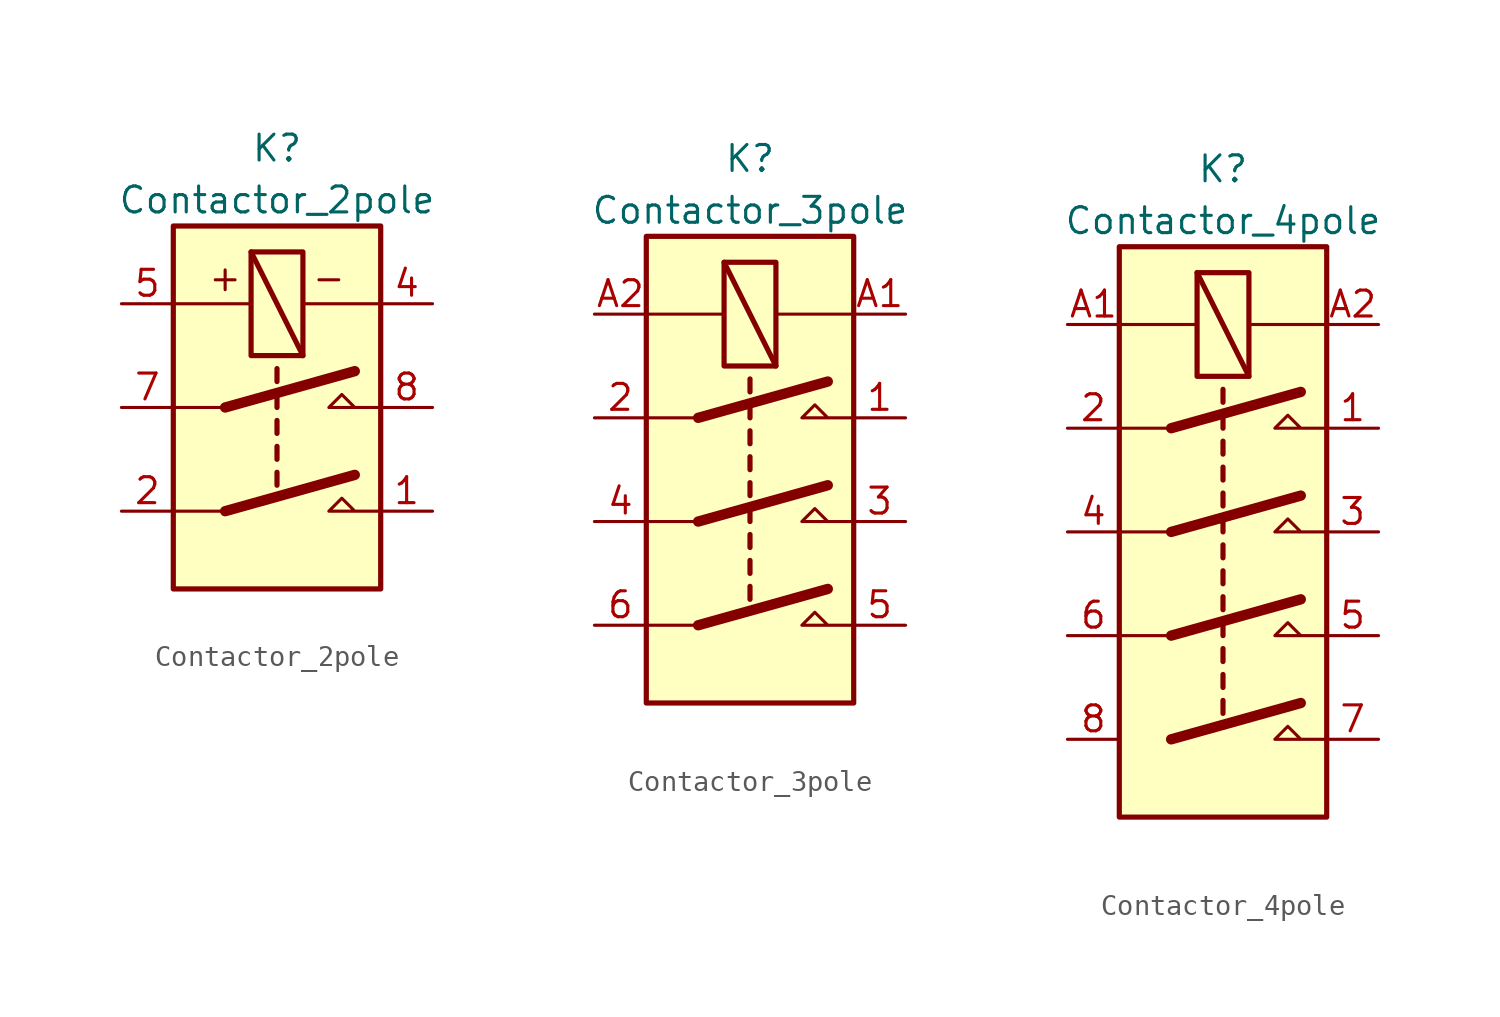
<source format=kicad_sym>
(kicad_symbol_lib
  (version 20211014)
  (generator kicad_symbol_editor)
  (symbol "Contactor_2pole"
    (property "Reference" "K"
      (at 0 12.7 0)
      (effects (font (size 1.27 1.27))))
    (property "Value" "Contactor_2pole"
      (at 0 10.16 0)
      (effects (font (size 1.27 1.27))))
    (symbol "Contactor_2pole_0_0"
      (text "+" (at -2.54 6.35 0) (effects (font (size 1.27 1.27))))
      (text "-" (at 2.54 6.35 0) (effects (font (size 1.27 1.27)))))
    (symbol "Contactor_2pole_0_1"
      (rectangle (start -1.27 7.62) (end 1.27 2.54) (stroke (width 0.254) (type default) (color 0 0 0 0)) (fill (type none)))
      (polyline (pts (xy -1.27 7.62) (xy 1.27 2.54)) (stroke (width 0.254) (type default) (color 0 0 0 0)) (fill (type none))))
    (symbol "Contactor_2pole_1_1"
      (polyline (pts (xy -2.54 -5.08) (xy -5.08 -5.08)) (stroke (width 0) (type default) (color 0 0 0 0)) (fill (type none)))
      (polyline (pts (xy -2.54 -5.08) (xy 3.81 -3.302)) (stroke (width 0.508) (type default) (color 0 0 0 0)) (fill (type none)))
      (polyline (pts (xy -2.54 0) (xy -5.08 0)) (stroke (width 0) (type default) (color 0 0 0 0)) (fill (type none)))
      (polyline (pts (xy -2.54 0) (xy 3.81 1.778)) (stroke (width 0.508) (type default) (color 0 0 0 0)) (fill (type none)))
      (polyline (pts (xy 0 -3.175) (xy 0 -3.81)) (stroke (width 0.254) (type default) (color 0 0 0 0)) (fill (type none)))
      (polyline (pts (xy 0 -1.905) (xy 0 -2.54)) (stroke (width 0.254) (type default) (color 0 0 0 0)) (fill (type none)))
      (polyline (pts (xy 0 -0.635) (xy 0 -1.27)) (stroke (width 0.254) (type default) (color 0 0 0 0)) (fill (type none)))
      (polyline (pts (xy 0 0.635) (xy 0 0)) (stroke (width 0.254) (type default) (color 0 0 0 0)) (fill (type none)))
      (polyline (pts (xy 0 1.905) (xy 0 1.27)) (stroke (width 0.254) (type default) (color 0 0 0 0)) (fill (type none)))
      (polyline (pts (xy 5.08 5.08) (xy 1.27 5.08)) (stroke (width 0) (type default) (color 0 0 0 0)) (fill (type none)))
      (polyline (pts (xy -5.08 5.08) (xy -1.27 5.08) (xy -1.524 5.08)) (stroke (width 0) (type default) (color 0 0 0 0)) (fill (type none)))
      (polyline (pts (xy 5.08 -5.08) (xy 2.54 -5.08) (xy 3.175 -4.445) (xy 3.81 -5.08)) (stroke (width 0) (type default) (color 0 0 0 0)) (fill (type none)))
      (polyline (pts (xy 5.08 0) (xy 2.54 0) (xy 3.175 0.635) (xy 3.81 0)) (stroke (width 0) (type default) (color 0 0 0 0)) (fill (type none)))
      (rectangle (start 5.08 8.89) (end -5.08 -8.89) (stroke (width 0.254) (type default) (color 0 0 0 0)) (fill (type background)))
      (pin passive line (at 7.62 -5.08 180) (length 2.54) (name "~" (effects (font (size 1.27 1.27)))) (number "1" (effects (font (size 1.27 1.27)))))
      (pin passive line (at -7.62 -5.08 0) (length 2.54) (name "~" (effects (font (size 1.27 1.27)))) (number "2" (effects (font (size 1.27 1.27)))))
      (pin passive line (at 7.62 5.08 180) (length 2.54) (name "~" (effects (font (size 1.27 1.27)))) (number "4" (effects (font (size 1.27 1.27)))))
      (pin passive line (at -7.62 5.08 0) (length 2.54) (name "~" (effects (font (size 1.27 1.27)))) (number "5" (effects (font (size 1.27 1.27)))))
      (pin passive line (at -7.62 0 0) (length 2.54) (name "~" (effects (font (size 1.27 1.27)))) (number "7" (effects (font (size 1.27 1.27)))))
      (pin passive line (at 7.62 0 180) (length 2.54) (name "~" (effects (font (size 1.27 1.27)))) (number "8" (effects (font (size 1.27 1.27)))))))
  (symbol "Contactor_3pole"
    (property "Reference" "K"
      (at 0 12.7 0)
      (effects (font (size 1.27 1.27))))
    (property "Value" "Contactor_3pole"
      (at 0 10.16 0)
      (effects (font (size 1.27 1.27))))
    (symbol "Contactor_3pole_0_1"
      (rectangle (start -1.27 7.62) (end 1.27 2.54) (stroke (width 0.254) (type default) (color 0 0 0 0)) (fill (type none)))
      (polyline (pts (xy -1.27 7.62) (xy 1.27 2.54)) (stroke (width 0.254) (type default) (color 0 0 0 0)) (fill (type none))))
    (symbol "Contactor_3pole_1_1"
      (rectangle (start -5.08 8.89) (end 5.08 -13.97) (stroke (width 0.254) (type default) (color 0 0 0 0)) (fill (type background)))
      (polyline (pts (xy -2.54 -10.16) (xy -5.08 -10.16)) (stroke (width 0) (type default) (color 0 0 0 0)) (fill (type none)))
      (polyline (pts (xy -2.54 -10.16) (xy 3.81 -8.382)) (stroke (width 0.508) (type default) (color 0 0 0 0)) (fill (type none)))
      (polyline (pts (xy -2.54 -5.08) (xy -5.08 -5.08)) (stroke (width 0) (type default) (color 0 0 0 0)) (fill (type none)))
      (polyline (pts (xy -2.54 -5.08) (xy 3.81 -3.302)) (stroke (width 0.508) (type default) (color 0 0 0 0)) (fill (type none)))
      (polyline (pts (xy -2.54 0) (xy -5.08 0)) (stroke (width 0) (type default) (color 0 0 0 0)) (fill (type none)))
      (polyline (pts (xy -2.54 0) (xy 3.81 1.778)) (stroke (width 0.508) (type default) (color 0 0 0 0)) (fill (type none)))
      (polyline (pts (xy 0 -8.255) (xy 0 -8.89)) (stroke (width 0.254) (type default) (color 0 0 0 0)) (fill (type none)))
      (polyline (pts (xy 0 -6.985) (xy 0 -7.62)) (stroke (width 0.254) (type default) (color 0 0 0 0)) (fill (type none)))
      (polyline (pts (xy 0 -5.715) (xy 0 -6.35)) (stroke (width 0.254) (type default) (color 0 0 0 0)) (fill (type none)))
      (polyline (pts (xy 0 -4.445) (xy 0 -5.08)) (stroke (width 0.254) (type default) (color 0 0 0 0)) (fill (type none)))
      (polyline (pts (xy 0 -3.175) (xy 0 -3.81)) (stroke (width 0.254) (type default) (color 0 0 0 0)) (fill (type none)))
      (polyline (pts (xy 0 -1.905) (xy 0 -2.54)) (stroke (width 0.254) (type default) (color 0 0 0 0)) (fill (type none)))
      (polyline (pts (xy 0 -0.635) (xy 0 -1.27)) (stroke (width 0.254) (type default) (color 0 0 0 0)) (fill (type none)))
      (polyline (pts (xy 0 0.635) (xy 0 0)) (stroke (width 0.254) (type default) (color 0 0 0 0)) (fill (type none)))
      (polyline (pts (xy 0 1.905) (xy 0 1.27)) (stroke (width 0.254) (type default) (color 0 0 0 0)) (fill (type none)))
      (polyline (pts (xy 5.08 5.08) (xy 1.27 5.08)) (stroke (width 0) (type default) (color 0 0 0 0)) (fill (type none)))
      (polyline (pts (xy -5.08 5.08) (xy -1.27 5.08) (xy -1.524 5.08)) (stroke (width 0) (type default) (color 0 0 0 0)) (fill (type none)))
      (polyline (pts (xy 5.08 -10.16) (xy 2.54 -10.16) (xy 3.175 -9.525) (xy 3.81 -10.16)) (stroke (width 0) (type default) (color 0 0 0 0)) (fill (type none)))
      (polyline (pts (xy 5.08 -5.08) (xy 2.54 -5.08) (xy 3.175 -4.445) (xy 3.81 -5.08)) (stroke (width 0) (type default) (color 0 0 0 0)) (fill (type none)))
      (polyline (pts (xy 5.08 0) (xy 2.54 0) (xy 3.175 0.635) (xy 3.81 0)) (stroke (width 0) (type default) (color 0 0 0 0)) (fill (type none)))
      (pin passive line (at 7.62 0 180) (length 2.54) (name "~" (effects (font (size 1.27 1.27)))) (number "1" (effects (font (size 1.27 1.27)))))
      (pin passive line (at -7.62 0 0) (length 2.54) (name "~" (effects (font (size 1.27 1.27)))) (number "2" (effects (font (size 1.27 1.27)))))
      (pin passive line (at 7.62 -5.08 180) (length 2.54) (name "~" (effects (font (size 1.27 1.27)))) (number "3" (effects (font (size 1.27 1.27)))))
      (pin passive line (at -7.62 -5.08 0) (length 2.54) (name "~" (effects (font (size 1.27 1.27)))) (number "4" (effects (font (size 1.27 1.27)))))
      (pin passive line (at 7.62 -10.16 180) (length 2.54) (name "~" (effects (font (size 1.27 1.27)))) (number "5" (effects (font (size 1.27 1.27)))))
      (pin passive line (at -7.62 -10.16 0) (length 2.54) (name "~" (effects (font (size 1.27 1.27)))) (number "6" (effects (font (size 1.27 1.27)))))
      (pin passive line (at 7.62 5.08 180) (length 2.54) (name "~" (effects (font (size 1.27 1.27)))) (number "A1" (effects (font (size 1.27 1.27)))))
      (pin passive line (at -7.62 5.08 0) (length 2.54) (name "~" (effects (font (size 1.27 1.27)))) (number "A2" (effects (font (size 1.27 1.27)))))))
  (symbol "Contactor_4pole"
    (property "Reference" "K"
      (at 0 12.7 0)
      (effects (font (size 1.27 1.27))))
    (property "Value" "Contactor_4pole"
      (at 0 10.16 0)
      (effects (font (size 1.27 1.27))))
    (symbol "Contactor_4pole_0_1"
      (rectangle (start -1.27 7.62) (end 1.27 2.54) (stroke (width 0.254) (type default) (color 0 0 0 0)) (fill (type none)))
      (polyline (pts (xy -1.27 7.62) (xy 1.27 2.54)) (stroke (width 0.254) (type default) (color 0 0 0 0)) (fill (type none))))
    (symbol "Contactor_4pole_1_1"
      (rectangle (start -5.08 8.89) (end 5.08 -19.05) (stroke (width 0.254) (type default) (color 0 0 0 0)) (fill (type background)))
      (polyline (pts (xy -2.54 -15.24) (xy 3.81 -13.462)) (stroke (width 0.508) (type default) (color 0 0 0 0)) (fill (type none)))
      (polyline (pts (xy -2.54 -10.16) (xy -5.08 -10.16)) (stroke (width 0) (type default) (color 0 0 0 0)) (fill (type none)))
      (polyline (pts (xy -2.54 -10.16) (xy 3.81 -8.382)) (stroke (width 0.508) (type default) (color 0 0 0 0)) (fill (type none)))
      (polyline (pts (xy -2.54 -5.08) (xy -5.08 -5.08)) (stroke (width 0) (type default) (color 0 0 0 0)) (fill (type none)))
      (polyline (pts (xy -2.54 -5.08) (xy 3.81 -3.302)) (stroke (width 0.508) (type default) (color 0 0 0 0)) (fill (type none)))
      (polyline (pts (xy -2.54 0) (xy -5.08 0)) (stroke (width 0) (type default) (color 0 0 0 0)) (fill (type none)))
      (polyline (pts (xy -2.54 0) (xy 3.81 1.778)) (stroke (width 0.508) (type default) (color 0 0 0 0)) (fill (type none)))
      (polyline (pts (xy 0 -13.335) (xy 0 -13.97)) (stroke (width 0.254) (type default) (color 0 0 0 0)) (fill (type none)))
      (polyline (pts (xy 0 -12.065) (xy 0 -12.7)) (stroke (width 0.254) (type default) (color 0 0 0 0)) (fill (type none)))
      (polyline (pts (xy 0 -10.795) (xy 0 -11.43)) (stroke (width 0.254) (type default) (color 0 0 0 0)) (fill (type none)))
      (polyline (pts (xy 0 -9.525) (xy 0 -10.16)) (stroke (width 0.254) (type default) (color 0 0 0 0)) (fill (type none)))
      (polyline (pts (xy 0 -8.255) (xy 0 -8.89)) (stroke (width 0.254) (type default) (color 0 0 0 0)) (fill (type none)))
      (polyline (pts (xy 0 -6.985) (xy 0 -7.62)) (stroke (width 0.254) (type default) (color 0 0 0 0)) (fill (type none)))
      (polyline (pts (xy 0 -5.715) (xy 0 -6.35)) (stroke (width 0.254) (type default) (color 0 0 0 0)) (fill (type none)))
      (polyline (pts (xy 0 -4.445) (xy 0 -5.08)) (stroke (width 0.254) (type default) (color 0 0 0 0)) (fill (type none)))
      (polyline (pts (xy 0 -3.175) (xy 0 -3.81)) (stroke (width 0.254) (type default) (color 0 0 0 0)) (fill (type none)))
      (polyline (pts (xy 0 -1.905) (xy 0 -2.54)) (stroke (width 0.254) (type default) (color 0 0 0 0)) (fill (type none)))
      (polyline (pts (xy 0 -0.635) (xy 0 -1.27)) (stroke (width 0.254) (type default) (color 0 0 0 0)) (fill (type none)))
      (polyline (pts (xy 0 0.635) (xy 0 0)) (stroke (width 0.254) (type default) (color 0 0 0 0)) (fill (type none)))
      (polyline (pts (xy 0 1.905) (xy 0 1.27)) (stroke (width 0.254) (type default) (color 0 0 0 0)) (fill (type none)))
      (polyline (pts (xy 5.08 5.08) (xy 1.27 5.08)) (stroke (width 0) (type default) (color 0 0 0 0)) (fill (type none)))
      (polyline (pts (xy -5.08 5.08) (xy -1.27 5.08) (xy -1.524 5.08)) (stroke (width 0) (type default) (color 0 0 0 0)) (fill (type none)))
      (polyline (pts (xy 5.08 -15.24) (xy 2.54 -15.24) (xy 3.175 -14.605) (xy 3.81 -15.24)) (stroke (width 0) (type default) (color 0 0 0 0)) (fill (type none)))
      (polyline (pts (xy 5.08 -10.16) (xy 2.54 -10.16) (xy 3.175 -9.525) (xy 3.81 -10.16)) (stroke (width 0) (type default) (color 0 0 0 0)) (fill (type none)))
      (polyline (pts (xy 5.08 -5.08) (xy 2.54 -5.08) (xy 3.175 -4.445) (xy 3.81 -5.08)) (stroke (width 0) (type default) (color 0 0 0 0)) (fill (type none)))
      (polyline (pts (xy 5.08 0) (xy 2.54 0) (xy 3.175 0.635) (xy 3.81 0)) (stroke (width 0) (type default) (color 0 0 0 0)) (fill (type none)))
      (pin passive line (at 7.62 0 180) (length 2.54) (name "~" (effects (font (size 1.27 1.27)))) (number "1" (effects (font (size 1.27 1.27)))))
      (pin passive line (at -7.62 0 0) (length 2.54) (name "~" (effects (font (size 1.27 1.27)))) (number "2" (effects (font (size 1.27 1.27)))))
      (pin passive line (at 7.62 -5.08 180) (length 2.54) (name "~" (effects (font (size 1.27 1.27)))) (number "3" (effects (font (size 1.27 1.27)))))
      (pin passive line (at -7.62 -5.08 0) (length 2.54) (name "~" (effects (font (size 1.27 1.27)))) (number "4" (effects (font (size 1.27 1.27)))))
      (pin passive line (at 7.62 -10.16 180) (length 2.54) (name "~" (effects (font (size 1.27 1.27)))) (number "5" (effects (font (size 1.27 1.27)))))
      (pin passive line (at -7.62 -10.16 0) (length 2.54) (name "~" (effects (font (size 1.27 1.27)))) (number "6" (effects (font (size 1.27 1.27)))))
      (pin passive line (at 7.62 -15.24 180) (length 2.54) (name "~" (effects (font (size 1.27 1.27)))) (number "7" (effects (font (size 1.27 1.27)))))
      (pin passive line (at -7.62 -15.24 0) (length 2.54) (name "~" (effects (font (size 1.27 1.27)))) (number "8" (effects (font (size 1.27 1.27)))))
      (pin passive line (at -7.62 5.08 0) (length 2.54) (name "~" (effects (font (size 1.27 1.27)))) (number "A1" (effects (font (size 1.27 1.27)))))
      (pin passive line (at 7.62 5.08 180) (length 2.54) (name "~" (effects (font (size 1.27 1.27)))) (number "A2" (effects (font (size 1.27 1.27))))))))
</source>
